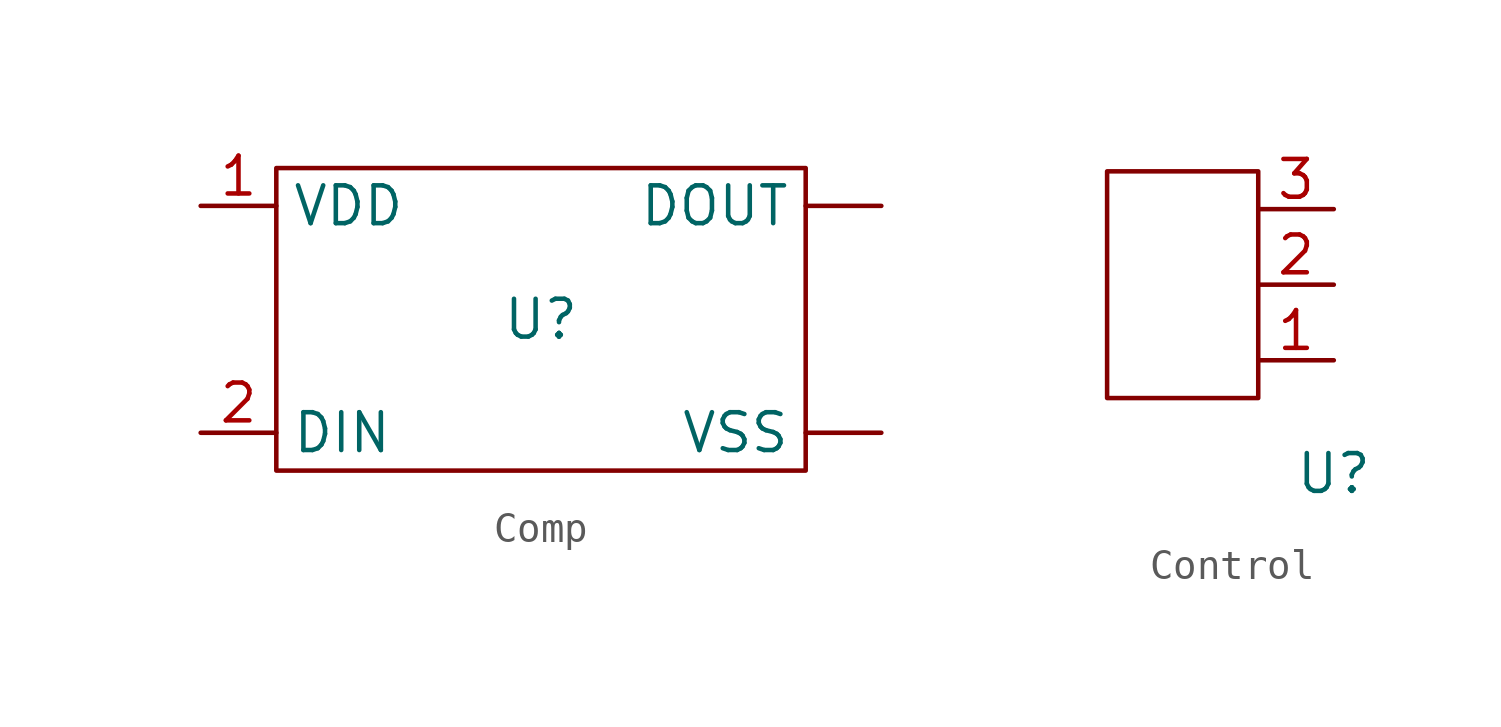
<source format=kicad_sym>
(kicad_symbol_lib
  (version 20231120)
  (generator "kicad_symbol_editor")
  (generator_version "8.0")
  (symbol "Comp"
    (property "Reference" "U"
      (at 0 0 0)
      (effects (font (size 1.27 1.27))))
    (property "Value" ""
      (at 0 0 0)
      (effects (font (size 1.27 1.27))))
    (symbol "Comp_0_1"
      (rectangle (start -8.89 5.08) (end 8.89 -5.08) (stroke (width 0) (type default)) (fill (type none))))
    (symbol "Comp_1_1"
      (pin output line (at 11.43 3.81 180) (length 2.54) (name "DOUT" (effects (font (size 1.27 1.27)))) (number "" (effects (font (size 1.27 1.27)))))
      (pin power_in line (at 11.43 -3.81 180) (length 2.54) (name "VSS" (effects (font (size 1.27 1.27)))) (number "" (effects (font (size 1.27 1.27)))))
      (pin power_in line (at -11.43 3.81 0) (length 2.54) (name "VDD" (effects (font (size 1.27 1.27)))) (number "1" (effects (font (size 1.27 1.27)))))
      (pin input line (at -11.43 -3.81 0) (length 2.54) (name "DIN" (effects (font (size 1.27 1.27)))) (number "2" (effects (font (size 1.27 1.27)))))))
  (symbol "Control"
    (property "Reference" "U"
      (at 0 0 0)
      (effects (font (size 1.27 1.27))))
    (property "Value" ""
      (at 0 0 0)
      (effects (font (size 1.27 1.27))))
    (symbol "Control_0_1"
      (rectangle (start -7.62 10.16) (end -2.54 2.54) (stroke (width 0) (type default)) (fill (type none))))
    (symbol "Control_1_1"
      (pin power_in line (at 0 3.81 180) (length 2.54) (name "" (effects (font (size 1.27 1.27)))) (number "1" (effects (font (size 1.27 1.27)))))
      (pin power_in line (at 0 6.35 180) (length 2.54) (name "" (effects (font (size 1.27 1.27)))) (number "2" (effects (font (size 1.27 1.27)))))
      (pin power_in line (at 0 8.89 180) (length 2.54) (name "" (effects (font (size 1.27 1.27)))) (number "3" (effects (font (size 1.27 1.27))))))))
</source>
